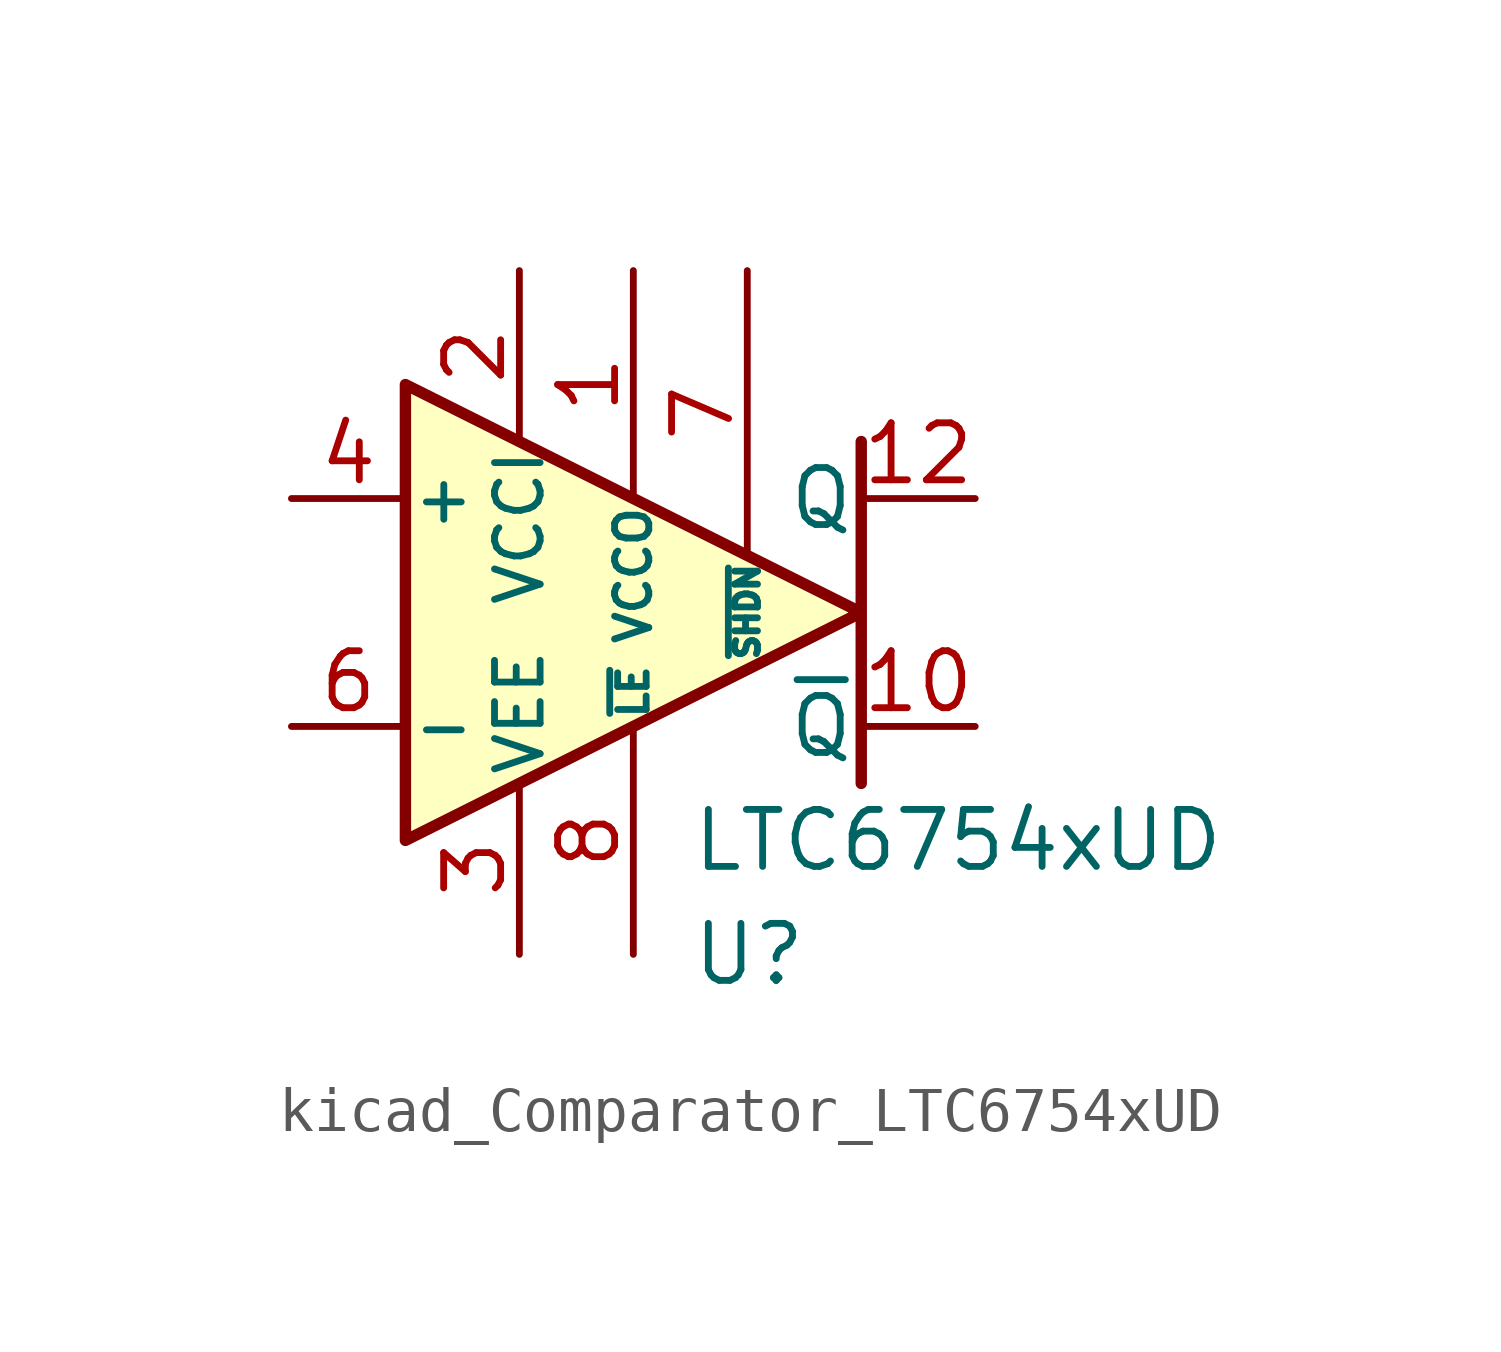
<source format=kicad_sym>
(kicad_symbol_lib
  (version 20220914)
  (generator kicad_symbol_editor)
  (symbol "kicad_Comparator_LTC6754xUD"
    (pin_names
      (offset 0.127))
    (property "Reference" "U"
      (at 1.27 -7.62 0)
      (effects (font (size 1.27 1.27)) (justify left)))
    (property "Value" "LTC6754xUD"
      (at 1.27 -5.08 0)
      (effects (font (size 1.27 1.27)) (justify left)))
    (symbol "kicad_Comparator_LTC6754xUD_0_1"
      (polyline (pts (xy 5.08 3.81) (xy 5.08 0) (xy -5.08 5.08) (xy -5.08 -5.08) (xy 5.08 0) (xy 5.08 -3.81)) (stroke (width 0.254) (type default)) (fill (type background))))
    (symbol "kicad_Comparator_LTC6754xUD_1_1"
      (pin power_in line (at 0 7.62 270) (length 5.08) (name "VCCO" (effects (font (size 0.762 0.762)))) (number "1" (effects (font (size 1.27 1.27)))))
      (pin output line (at 7.62 -2.54 180) (length 2.54) (name "~{Q}" (effects (font (size 1.27 1.27)))) (number "10" (effects (font (size 1.27 1.27)))))
      (pin no_connect line (at 5.08 0 180) (length 2.54) hide (name "NC" (effects (font (size 1.27 1.27)))) (number "11" (effects (font (size 1.27 1.27)))))
      (pin output line (at 7.62 2.54 180) (length 2.54) (name "Q" (effects (font (size 1.27 1.27)))) (number "12" (effects (font (size 1.27 1.27)))))
      (pin passive line (at -2.54 -7.62 90) (length 3.81) hide (name "VEE" (effects (font (size 1.016 1.016)))) (number "13" (effects (font (size 1.27 1.27)))))
      (pin power_in line (at -2.54 7.62 270) (length 3.81) (name "VCCI" (effects (font (size 1.016 1.016)))) (number "2" (effects (font (size 1.27 1.27)))))
      (pin power_in line (at -2.54 -7.62 90) (length 3.81) (name "VEE" (effects (font (size 1.016 1.016)))) (number "3" (effects (font (size 1.27 1.27)))))
      (pin input line (at -7.62 2.54 0) (length 2.54) (name "+" (effects (font (size 1.016 1.016)))) (number "4" (effects (font (size 1.27 1.27)))))
      (pin no_connect line (at -5.08 0 0) (length 2.54) hide (name "NC" (effects (font (size 1.27 1.27)))) (number "5" (effects (font (size 1.27 1.27)))))
      (pin input line (at -7.62 -2.54 0) (length 2.54) (name "-" (effects (font (size 1.016 1.016)))) (number "6" (effects (font (size 1.27 1.27)))))
      (pin input line (at 2.54 7.62 270) (length 6.35) (name "~{SHDN}" (effects (font (size 0.508 0.508)))) (number "7" (effects (font (size 1.27 1.27)))))
      (pin input line (at 0 -7.62 90) (length 5.08) (name "~{LE}" (effects (font (size 0.635 0.635)))) (number "8" (effects (font (size 1.27 1.27)))))
      (pin passive line (at -2.54 -7.62 90) (length 3.81) hide (name "VEE" (effects (font (size 1.016 1.016)))) (number "9" (effects (font (size 1.27 1.27))))))))
</source>
